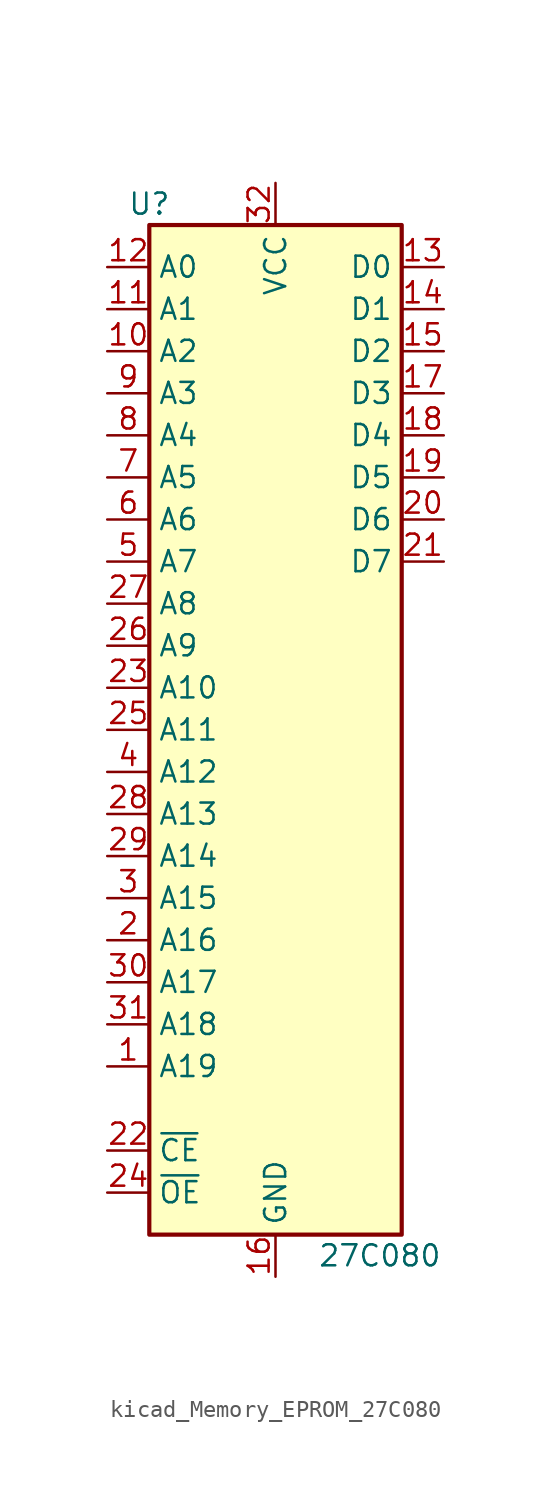
<source format=kicad_sym>
(kicad_symbol_lib
  (version 20220914)
  (generator kicad_symbol_editor)
  (symbol "kicad_Memory_EPROM_27C080"
    (property "Reference" "U"
      (at -7.62 31.75 0)
      (effects (font (size 1.27 1.27))))
    (property "Value" "27C080"
      (at 2.54 -31.75 0)
      (effects (font (size 1.27 1.27)) (justify left)))
    (symbol "kicad_Memory_EPROM_27C080_1_1"
      (rectangle (start -7.62 30.48) (end 7.62 -30.48) (stroke (width 0.254) (type default)) (fill (type background)))
      (pin input line (at -10.16 -20.32 0) (length 2.54) (name "A19" (effects (font (size 1.27 1.27)))) (number "1" (effects (font (size 1.27 1.27)))))
      (pin input line (at -10.16 22.86 0) (length 2.54) (name "A2" (effects (font (size 1.27 1.27)))) (number "10" (effects (font (size 1.27 1.27)))))
      (pin input line (at -10.16 25.4 0) (length 2.54) (name "A1" (effects (font (size 1.27 1.27)))) (number "11" (effects (font (size 1.27 1.27)))))
      (pin input line (at -10.16 27.94 0) (length 2.54) (name "A0" (effects (font (size 1.27 1.27)))) (number "12" (effects (font (size 1.27 1.27)))))
      (pin tri_state line (at 10.16 27.94 180) (length 2.54) (name "D0" (effects (font (size 1.27 1.27)))) (number "13" (effects (font (size 1.27 1.27)))))
      (pin tri_state line (at 10.16 25.4 180) (length 2.54) (name "D1" (effects (font (size 1.27 1.27)))) (number "14" (effects (font (size 1.27 1.27)))))
      (pin tri_state line (at 10.16 22.86 180) (length 2.54) (name "D2" (effects (font (size 1.27 1.27)))) (number "15" (effects (font (size 1.27 1.27)))))
      (pin power_in line (at 0 -33.02 90) (length 2.54) (name "GND" (effects (font (size 1.27 1.27)))) (number "16" (effects (font (size 1.27 1.27)))))
      (pin tri_state line (at 10.16 20.32 180) (length 2.54) (name "D3" (effects (font (size 1.27 1.27)))) (number "17" (effects (font (size 1.27 1.27)))))
      (pin tri_state line (at 10.16 17.78 180) (length 2.54) (name "D4" (effects (font (size 1.27 1.27)))) (number "18" (effects (font (size 1.27 1.27)))))
      (pin tri_state line (at 10.16 15.24 180) (length 2.54) (name "D5" (effects (font (size 1.27 1.27)))) (number "19" (effects (font (size 1.27 1.27)))))
      (pin input line (at -10.16 -12.7 0) (length 2.54) (name "A16" (effects (font (size 1.27 1.27)))) (number "2" (effects (font (size 1.27 1.27)))))
      (pin tri_state line (at 10.16 12.7 180) (length 2.54) (name "D6" (effects (font (size 1.27 1.27)))) (number "20" (effects (font (size 1.27 1.27)))))
      (pin tri_state line (at 10.16 10.16 180) (length 2.54) (name "D7" (effects (font (size 1.27 1.27)))) (number "21" (effects (font (size 1.27 1.27)))))
      (pin input line (at -10.16 -25.4 0) (length 2.54) (name "~{CE}" (effects (font (size 1.27 1.27)))) (number "22" (effects (font (size 1.27 1.27)))))
      (pin input line (at -10.16 2.54 0) (length 2.54) (name "A10" (effects (font (size 1.27 1.27)))) (number "23" (effects (font (size 1.27 1.27)))))
      (pin input line (at -10.16 -27.94 0) (length 2.54) (name "~{OE}" (effects (font (size 1.27 1.27)))) (number "24" (effects (font (size 1.27 1.27)))))
      (pin input line (at -10.16 0 0) (length 2.54) (name "A11" (effects (font (size 1.27 1.27)))) (number "25" (effects (font (size 1.27 1.27)))))
      (pin input line (at -10.16 5.08 0) (length 2.54) (name "A9" (effects (font (size 1.27 1.27)))) (number "26" (effects (font (size 1.27 1.27)))))
      (pin input line (at -10.16 7.62 0) (length 2.54) (name "A8" (effects (font (size 1.27 1.27)))) (number "27" (effects (font (size 1.27 1.27)))))
      (pin input line (at -10.16 -5.08 0) (length 2.54) (name "A13" (effects (font (size 1.27 1.27)))) (number "28" (effects (font (size 1.27 1.27)))))
      (pin input line (at -10.16 -7.62 0) (length 2.54) (name "A14" (effects (font (size 1.27 1.27)))) (number "29" (effects (font (size 1.27 1.27)))))
      (pin input line (at -10.16 -10.16 0) (length 2.54) (name "A15" (effects (font (size 1.27 1.27)))) (number "3" (effects (font (size 1.27 1.27)))))
      (pin input line (at -10.16 -15.24 0) (length 2.54) (name "A17" (effects (font (size 1.27 1.27)))) (number "30" (effects (font (size 1.27 1.27)))))
      (pin input line (at -10.16 -17.78 0) (length 2.54) (name "A18" (effects (font (size 1.27 1.27)))) (number "31" (effects (font (size 1.27 1.27)))))
      (pin power_in line (at 0 33.02 270) (length 2.54) (name "VCC" (effects (font (size 1.27 1.27)))) (number "32" (effects (font (size 1.27 1.27)))))
      (pin input line (at -10.16 -2.54 0) (length 2.54) (name "A12" (effects (font (size 1.27 1.27)))) (number "4" (effects (font (size 1.27 1.27)))))
      (pin input line (at -10.16 10.16 0) (length 2.54) (name "A7" (effects (font (size 1.27 1.27)))) (number "5" (effects (font (size 1.27 1.27)))))
      (pin input line (at -10.16 12.7 0) (length 2.54) (name "A6" (effects (font (size 1.27 1.27)))) (number "6" (effects (font (size 1.27 1.27)))))
      (pin input line (at -10.16 15.24 0) (length 2.54) (name "A5" (effects (font (size 1.27 1.27)))) (number "7" (effects (font (size 1.27 1.27)))))
      (pin input line (at -10.16 17.78 0) (length 2.54) (name "A4" (effects (font (size 1.27 1.27)))) (number "8" (effects (font (size 1.27 1.27)))))
      (pin input line (at -10.16 20.32 0) (length 2.54) (name "A3" (effects (font (size 1.27 1.27)))) (number "9" (effects (font (size 1.27 1.27))))))))
</source>
